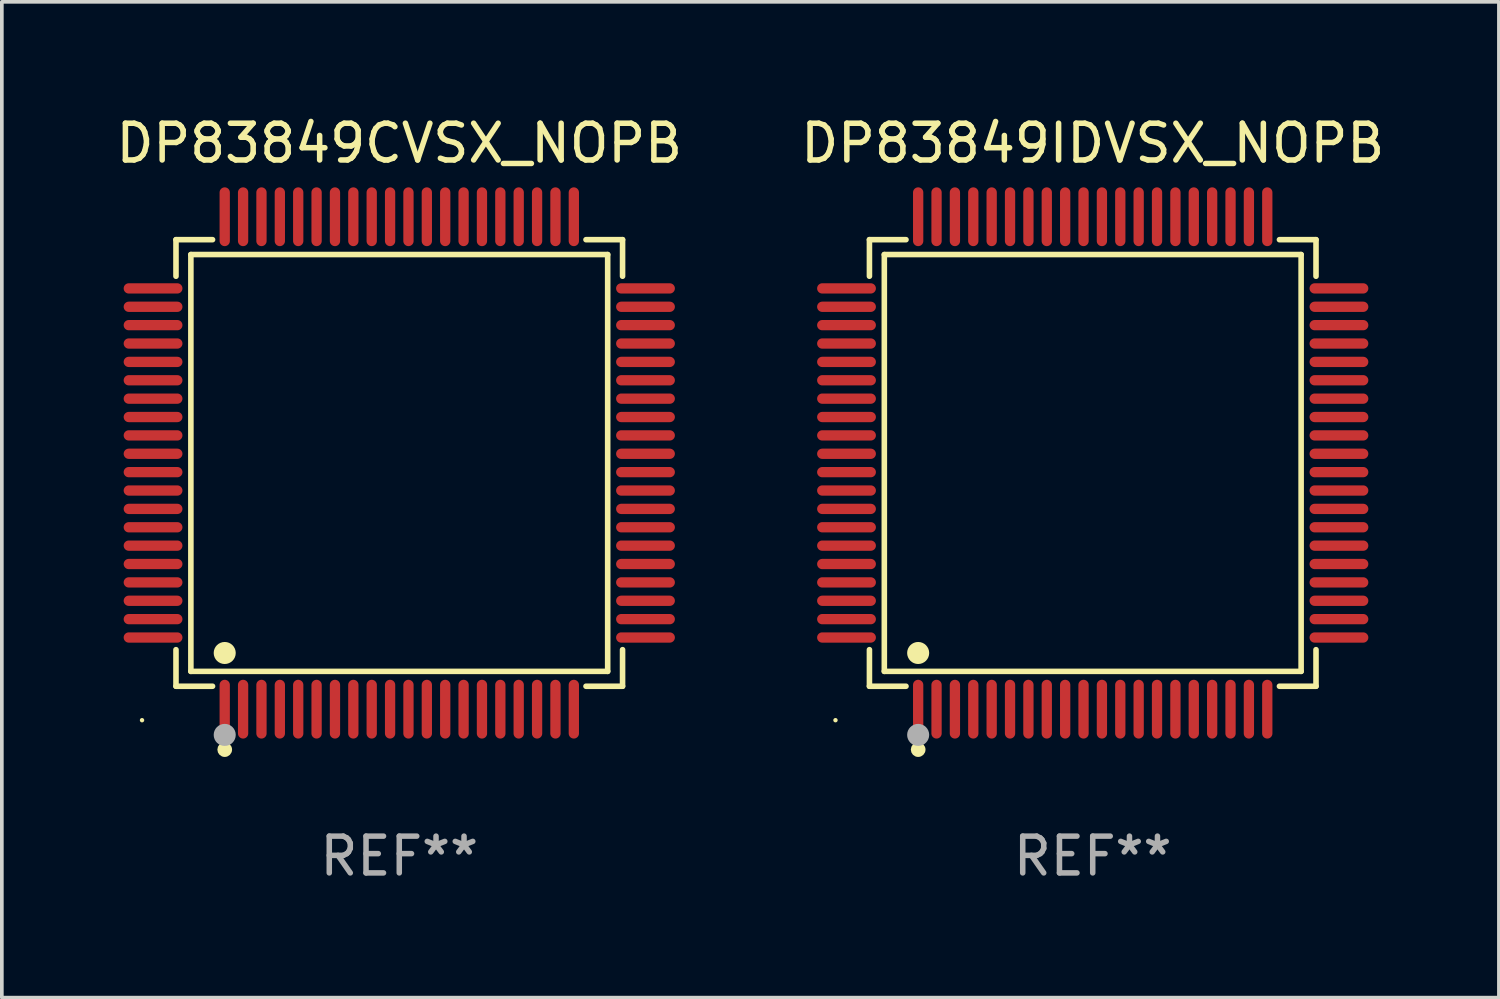
<source format=kicad_pcb>
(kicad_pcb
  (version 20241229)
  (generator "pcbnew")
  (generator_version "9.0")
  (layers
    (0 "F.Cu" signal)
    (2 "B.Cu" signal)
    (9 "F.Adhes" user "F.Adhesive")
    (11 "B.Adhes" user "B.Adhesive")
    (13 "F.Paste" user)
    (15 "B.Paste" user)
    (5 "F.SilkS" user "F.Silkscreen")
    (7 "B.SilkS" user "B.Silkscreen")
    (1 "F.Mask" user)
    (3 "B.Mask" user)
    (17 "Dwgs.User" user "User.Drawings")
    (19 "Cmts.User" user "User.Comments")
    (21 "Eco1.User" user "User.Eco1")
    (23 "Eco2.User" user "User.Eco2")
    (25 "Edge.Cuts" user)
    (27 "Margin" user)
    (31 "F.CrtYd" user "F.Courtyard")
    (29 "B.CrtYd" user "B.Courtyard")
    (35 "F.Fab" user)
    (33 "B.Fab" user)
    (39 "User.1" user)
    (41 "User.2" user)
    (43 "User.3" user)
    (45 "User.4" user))
  (footprint "DP83849IDVSX_NOPB"
    (layer "F.Cu")
    (at 26.685 9.548)
    (property "Reference" "DP83849IDVSX_NOPB" (at 0 -8.7 0) (layer "F.SilkS") (effects (font (size 1 1) (thickness 0.15))))
    (attr through_hole)
    (fp_line (start -6.076 -6.076) (end -5.081 -6.076) (stroke (width 0.152) (type solid)) (layer "F.SilkS"))
    (fp_line (start -6.076 -5.081) (end -6.076 -6.076) (stroke (width 0.152) (type solid)) (layer "F.SilkS"))
    (fp_line (start -6.076 5.081) (end -6.076 6.076) (stroke (width 0.152) (type solid)) (layer "F.SilkS"))
    (fp_line (start -6.076 6.076) (end -5.081 6.076) (stroke (width 0.152) (type solid)) (layer "F.SilkS"))
    (fp_line (start -5.671 -5.671) (end 5.671 -5.671) (stroke (width 0.152) (type solid)) (layer "F.SilkS"))
    (fp_line (start -5.671 5.671) (end -5.671 -5.671) (stroke (width 0.152) (type solid)) (layer "F.SilkS"))
    (fp_line (start 5.671 -5.671) (end 5.671 5.671) (stroke (width 0.152) (type solid)) (layer "F.SilkS"))
    (fp_line (start 5.671 5.671) (end -5.671 5.671) (stroke (width 0.152) (type solid)) (layer "F.SilkS"))
    (fp_line (start 6.076 -6.076) (end 5.081 -6.076) (stroke (width 0.152) (type solid)) (layer "F.SilkS"))
    (fp_line (start 6.076 -5.081) (end 6.076 -6.076) (stroke (width 0.152) (type solid)) (layer "F.SilkS"))
    (fp_line (start 6.076 5.081) (end 6.076 6.076) (stroke (width 0.152) (type solid)) (layer "F.SilkS"))
    (fp_line (start 6.076 6.076) (end 5.081 6.076) (stroke (width 0.152) (type solid)) (layer "F.SilkS"))
    (fp_circle (center -7 7) (end -6.97 7) (stroke (width 0.06) (type solid)) (fill no) (layer "F.SilkS"))
    (fp_circle (center -4.75 5.171) (end -4.6 5.171) (stroke (width 0.3) (type solid)) (fill no) (layer "F.SilkS"))
    (fp_circle (center -4.75 7.8) (end -4.65 7.8) (stroke (width 0.2) (type solid)) (fill no) (layer "F.SilkS"))
    (fp_circle (center -4.75 7.4) (end -4.6 7.4) (stroke (width 0.3) (type solid)) (fill no) (layer "F.Fab"))
    (fp_text user "REF**" (at 0 10.7 0) (layer "F.Fab") (effects (font (size 1 1) (thickness 0.15))))
    (pad "1" smd oval (at -4.75 6.7) (size 0.28 1.6) (layers "F.Cu" "F.Mask" "F.Paste"))
    (pad "2" smd oval (at -4.25 6.7) (size 0.28 1.6) (layers "F.Cu" "F.Mask" "F.Paste"))
    (pad "3" smd oval (at -3.75 6.7) (size 0.28 1.6) (layers "F.Cu" "F.Mask" "F.Paste"))
    (pad "4" smd oval (at -3.25 6.7) (size 0.28 1.6) (layers "F.Cu" "F.Mask" "F.Paste"))
    (pad "5" smd oval (at -2.75 6.7) (size 0.28 1.6) (layers "F.Cu" "F.Mask" "F.Paste"))
    (pad "6" smd oval (at -2.25 6.7) (size 0.28 1.6) (layers "F.Cu" "F.Mask" "F.Paste"))
    (pad "7" smd oval (at -1.75 6.7) (size 0.28 1.6) (layers "F.Cu" "F.Mask" "F.Paste"))
    (pad "8" smd oval (at -1.25 6.7) (size 0.28 1.6) (layers "F.Cu" "F.Mask" "F.Paste"))
    (pad "9" smd oval (at -0.75 6.7) (size 0.28 1.6) (layers "F.Cu" "F.Mask" "F.Paste"))
    (pad "10" smd oval (at -0.25 6.7) (size 0.28 1.6) (layers "F.Cu" "F.Mask" "F.Paste"))
    (pad "11" smd oval (at 0.25 6.7) (size 0.28 1.6) (layers "F.Cu" "F.Mask" "F.Paste"))
    (pad "12" smd oval (at 0.75 6.7) (size 0.28 1.6) (layers "F.Cu" "F.Mask" "F.Paste"))
    (pad "13" smd oval (at 1.25 6.7) (size 0.28 1.6) (layers "F.Cu" "F.Mask" "F.Paste"))
    (pad "14" smd oval (at 1.75 6.7) (size 0.28 1.6) (layers "F.Cu" "F.Mask" "F.Paste"))
    (pad "15" smd oval (at 2.25 6.7) (size 0.28 1.6) (layers "F.Cu" "F.Mask" "F.Paste"))
    (pad "16" smd oval (at 2.75 6.7) (size 0.28 1.6) (layers "F.Cu" "F.Mask" "F.Paste"))
    (pad "17" smd oval (at 3.25 6.7) (size 0.28 1.6) (layers "F.Cu" "F.Mask" "F.Paste"))
    (pad "18" smd oval (at 3.75 6.7) (size 0.28 1.6) (layers "F.Cu" "F.Mask" "F.Paste"))
    (pad "19" smd oval (at 4.25 6.7) (size 0.28 1.6) (layers "F.Cu" "F.Mask" "F.Paste"))
    (pad "20" smd oval (at 4.75 6.7) (size 0.28 1.6) (layers "F.Cu" "F.Mask" "F.Paste"))
    (pad "21" smd oval (at 6.7 4.75) (size 1.6 0.28) (layers "F.Cu" "F.Mask" "F.Paste"))
    (pad "22" smd oval (at 6.7 4.25) (size 1.6 0.28) (layers "F.Cu" "F.Mask" "F.Paste"))
    (pad "23" smd oval (at 6.7 3.75) (size 1.6 0.28) (layers "F.Cu" "F.Mask" "F.Paste"))
    (pad "24" smd oval (at 6.7 3.25) (size 1.6 0.28) (layers "F.Cu" "F.Mask" "F.Paste"))
    (pad "25" smd oval (at 6.7 2.75) (size 1.6 0.28) (layers "F.Cu" "F.Mask" "F.Paste"))
    (pad "26" smd oval (at 6.7 2.25) (size 1.6 0.28) (layers "F.Cu" "F.Mask" "F.Paste"))
    (pad "27" smd oval (at 6.7 1.75) (size 1.6 0.28) (layers "F.Cu" "F.Mask" "F.Paste"))
    (pad "28" smd oval (at 6.7 1.25) (size 1.6 0.28) (layers "F.Cu" "F.Mask" "F.Paste"))
    (pad "29" smd oval (at 6.7 0.75) (size 1.6 0.28) (layers "F.Cu" "F.Mask" "F.Paste"))
    (pad "30" smd oval (at 6.7 0.25) (size 1.6 0.28) (layers "F.Cu" "F.Mask" "F.Paste"))
    (pad "31" smd oval (at 6.7 -0.25) (size 1.6 0.28) (layers "F.Cu" "F.Mask" "F.Paste"))
    (pad "32" smd oval (at 6.7 -0.75) (size 1.6 0.28) (layers "F.Cu" "F.Mask" "F.Paste"))
    (pad "33" smd oval (at 6.7 -1.25) (size 1.6 0.28) (layers "F.Cu" "F.Mask" "F.Paste"))
    (pad "34" smd oval (at 6.7 -1.75) (size 1.6 0.28) (layers "F.Cu" "F.Mask" "F.Paste"))
    (pad "35" smd oval (at 6.7 -2.25) (size 1.6 0.28) (layers "F.Cu" "F.Mask" "F.Paste"))
    (pad "36" smd oval (at 6.7 -2.75) (size 1.6 0.28) (layers "F.Cu" "F.Mask" "F.Paste"))
    (pad "37" smd oval (at 6.7 -3.25) (size 1.6 0.28) (layers "F.Cu" "F.Mask" "F.Paste"))
    (pad "38" smd oval (at 6.7 -3.75) (size 1.6 0.28) (layers "F.Cu" "F.Mask" "F.Paste"))
    (pad "39" smd oval (at 6.7 -4.25) (size 1.6 0.28) (layers "F.Cu" "F.Mask" "F.Paste"))
    (pad "40" smd oval (at 6.7 -4.75) (size 1.6 0.28) (layers "F.Cu" "F.Mask" "F.Paste"))
    (pad "41" smd oval (at 4.75 -6.7) (size 0.28 1.6) (layers "F.Cu" "F.Mask" "F.Paste"))
    (pad "42" smd oval (at 4.25 -6.7) (size 0.28 1.6) (layers "F.Cu" "F.Mask" "F.Paste"))
    (pad "43" smd oval (at 3.75 -6.7) (size 0.28 1.6) (layers "F.Cu" "F.Mask" "F.Paste"))
    (pad "44" smd oval (at 3.25 -6.7) (size 0.28 1.6) (layers "F.Cu" "F.Mask" "F.Paste"))
    (pad "45" smd oval (at 2.75 -6.7) (size 0.28 1.6) (layers "F.Cu" "F.Mask" "F.Paste"))
    (pad "46" smd oval (at 2.25 -6.7) (size 0.28 1.6) (layers "F.Cu" "F.Mask" "F.Paste"))
    (pad "47" smd oval (at 1.75 -6.7) (size 0.28 1.6) (layers "F.Cu" "F.Mask" "F.Paste"))
    (pad "48" smd oval (at 1.25 -6.7) (size 0.28 1.6) (layers "F.Cu" "F.Mask" "F.Paste"))
    (pad "49" smd oval (at 0.75 -6.7) (size 0.28 1.6) (layers "F.Cu" "F.Mask" "F.Paste"))
    (pad "50" smd oval (at 0.25 -6.7) (size 0.28 1.6) (layers "F.Cu" "F.Mask" "F.Paste"))
    (pad "51" smd oval (at -0.25 -6.7) (size 0.28 1.6) (layers "F.Cu" "F.Mask" "F.Paste"))
    (pad "52" smd oval (at -0.75 -6.7) (size 0.28 1.6) (layers "F.Cu" "F.Mask" "F.Paste"))
    (pad "53" smd oval (at -1.25 -6.7) (size 0.28 1.6) (layers "F.Cu" "F.Mask" "F.Paste"))
    (pad "54" smd oval (at -1.75 -6.7) (size 0.28 1.6) (layers "F.Cu" "F.Mask" "F.Paste"))
    (pad "55" smd oval (at -2.25 -6.7) (size 0.28 1.6) (layers "F.Cu" "F.Mask" "F.Paste"))
    (pad "56" smd oval (at -2.75 -6.7) (size 0.28 1.6) (layers "F.Cu" "F.Mask" "F.Paste"))
    (pad "57" smd oval (at -3.25 -6.7) (size 0.28 1.6) (layers "F.Cu" "F.Mask" "F.Paste"))
    (pad "58" smd oval (at -3.75 -6.7) (size 0.28 1.6) (layers "F.Cu" "F.Mask" "F.Paste"))
    (pad "59" smd oval (at -4.25 -6.7) (size 0.28 1.6) (layers "F.Cu" "F.Mask" "F.Paste"))
    (pad "60" smd oval (at -4.75 -6.7) (size 0.28 1.6) (layers "F.Cu" "F.Mask" "F.Paste"))
    (pad "61" smd oval (at -6.7 -4.75) (size 1.6 0.28) (layers "F.Cu" "F.Mask" "F.Paste"))
    (pad "62" smd oval (at -6.7 -4.25) (size 1.6 0.28) (layers "F.Cu" "F.Mask" "F.Paste"))
    (pad "63" smd oval (at -6.7 -3.75) (size 1.6 0.28) (layers "F.Cu" "F.Mask" "F.Paste"))
    (pad "64" smd oval (at -6.7 -3.25) (size 1.6 0.28) (layers "F.Cu" "F.Mask" "F.Paste"))
    (pad "65" smd oval (at -6.7 -2.75) (size 1.6 0.28) (layers "F.Cu" "F.Mask" "F.Paste"))
    (pad "66" smd oval (at -6.7 -2.25) (size 1.6 0.28) (layers "F.Cu" "F.Mask" "F.Paste"))
    (pad "67" smd oval (at -6.7 -1.75) (size 1.6 0.28) (layers "F.Cu" "F.Mask" "F.Paste"))
    (pad "68" smd oval (at -6.7 -1.25) (size 1.6 0.28) (layers "F.Cu" "F.Mask" "F.Paste"))
    (pad "69" smd oval (at -6.7 -0.75) (size 1.6 0.28) (layers "F.Cu" "F.Mask" "F.Paste"))
    (pad "70" smd oval (at -6.7 -0.25) (size 1.6 0.28) (layers "F.Cu" "F.Mask" "F.Paste"))
    (pad "71" smd oval (at -6.7 0.25) (size 1.6 0.28) (layers "F.Cu" "F.Mask" "F.Paste"))
    (pad "72" smd oval (at -6.7 0.75) (size 1.6 0.28) (layers "F.Cu" "F.Mask" "F.Paste"))
    (pad "73" smd oval (at -6.7 1.25) (size 1.6 0.28) (layers "F.Cu" "F.Mask" "F.Paste"))
    (pad "74" smd oval (at -6.7 1.75) (size 1.6 0.28) (layers "F.Cu" "F.Mask" "F.Paste"))
    (pad "75" smd oval (at -6.7 2.25) (size 1.6 0.28) (layers "F.Cu" "F.Mask" "F.Paste"))
    (pad "76" smd oval (at -6.7 2.75) (size 1.6 0.28) (layers "F.Cu" "F.Mask" "F.Paste"))
    (pad "77" smd oval (at -6.7 3.25) (size 1.6 0.28) (layers "F.Cu" "F.Mask" "F.Paste"))
    (pad "78" smd oval (at -6.7 3.75) (size 1.6 0.28) (layers "F.Cu" "F.Mask" "F.Paste"))
    (pad "79" smd oval (at -6.7 4.25) (size 1.6 0.28) (layers "F.Cu" "F.Mask" "F.Paste"))
    (pad "80" smd oval (at -6.7 4.75) (size 1.6 0.28) (layers "F.Cu" "F.Mask" "F.Paste")))
  (footprint "DP83849CVSX_NOPB"
    (layer "F.Cu")
    (at 7.815 9.548)
    (property "Reference" "DP83849CVSX_NOPB" (at 0 -8.7 0) (layer "F.SilkS") (effects (font (size 1 1) (thickness 0.15))))
    (attr through_hole)
    (fp_line (start -6.076 -6.076) (end -5.081 -6.076) (stroke (width 0.152) (type solid)) (layer "F.SilkS"))
    (fp_line (start -6.076 -5.081) (end -6.076 -6.076) (stroke (width 0.152) (type solid)) (layer "F.SilkS"))
    (fp_line (start -6.076 5.081) (end -6.076 6.076) (stroke (width 0.152) (type solid)) (layer "F.SilkS"))
    (fp_line (start -6.076 6.076) (end -5.081 6.076) (stroke (width 0.152) (type solid)) (layer "F.SilkS"))
    (fp_line (start -5.671 -5.671) (end 5.671 -5.671) (stroke (width 0.152) (type solid)) (layer "F.SilkS"))
    (fp_line (start -5.671 5.671) (end -5.671 -5.671) (stroke (width 0.152) (type solid)) (layer "F.SilkS"))
    (fp_line (start 5.671 -5.671) (end 5.671 5.671) (stroke (width 0.152) (type solid)) (layer "F.SilkS"))
    (fp_line (start 5.671 5.671) (end -5.671 5.671) (stroke (width 0.152) (type solid)) (layer "F.SilkS"))
    (fp_line (start 6.076 -6.076) (end 5.081 -6.076) (stroke (width 0.152) (type solid)) (layer "F.SilkS"))
    (fp_line (start 6.076 -5.081) (end 6.076 -6.076) (stroke (width 0.152) (type solid)) (layer "F.SilkS"))
    (fp_line (start 6.076 5.081) (end 6.076 6.076) (stroke (width 0.152) (type solid)) (layer "F.SilkS"))
    (fp_line (start 6.076 6.076) (end 5.081 6.076) (stroke (width 0.152) (type solid)) (layer "F.SilkS"))
    (fp_circle (center -7 7) (end -6.97 7) (stroke (width 0.06) (type solid)) (fill no) (layer "F.SilkS"))
    (fp_circle (center -4.75 5.171) (end -4.6 5.171) (stroke (width 0.3) (type solid)) (fill no) (layer "F.SilkS"))
    (fp_circle (center -4.75 7.8) (end -4.65 7.8) (stroke (width 0.2) (type solid)) (fill no) (layer "F.SilkS"))
    (fp_circle (center -4.75 7.4) (end -4.6 7.4) (stroke (width 0.3) (type solid)) (fill no) (layer "F.Fab"))
    (fp_text user "REF**" (at 0 10.7 0) (layer "F.Fab") (effects (font (size 1 1) (thickness 0.15))))
    (pad "1" smd oval (at -4.75 6.7) (size 0.28 1.6) (layers "F.Cu" "F.Mask" "F.Paste"))
    (pad "2" smd oval (at -4.25 6.7) (size 0.28 1.6) (layers "F.Cu" "F.Mask" "F.Paste"))
    (pad "3" smd oval (at -3.75 6.7) (size 0.28 1.6) (layers "F.Cu" "F.Mask" "F.Paste"))
    (pad "4" smd oval (at -3.25 6.7) (size 0.28 1.6) (layers "F.Cu" "F.Mask" "F.Paste"))
    (pad "5" smd oval (at -2.75 6.7) (size 0.28 1.6) (layers "F.Cu" "F.Mask" "F.Paste"))
    (pad "6" smd oval (at -2.25 6.7) (size 0.28 1.6) (layers "F.Cu" "F.Mask" "F.Paste"))
    (pad "7" smd oval (at -1.75 6.7) (size 0.28 1.6) (layers "F.Cu" "F.Mask" "F.Paste"))
    (pad "8" smd oval (at -1.25 6.7) (size 0.28 1.6) (layers "F.Cu" "F.Mask" "F.Paste"))
    (pad "9" smd oval (at -0.75 6.7) (size 0.28 1.6) (layers "F.Cu" "F.Mask" "F.Paste"))
    (pad "10" smd oval (at -0.25 6.7) (size 0.28 1.6) (layers "F.Cu" "F.Mask" "F.Paste"))
    (pad "11" smd oval (at 0.25 6.7) (size 0.28 1.6) (layers "F.Cu" "F.Mask" "F.Paste"))
    (pad "12" smd oval (at 0.75 6.7) (size 0.28 1.6) (layers "F.Cu" "F.Mask" "F.Paste"))
    (pad "13" smd oval (at 1.25 6.7) (size 0.28 1.6) (layers "F.Cu" "F.Mask" "F.Paste"))
    (pad "14" smd oval (at 1.75 6.7) (size 0.28 1.6) (layers "F.Cu" "F.Mask" "F.Paste"))
    (pad "15" smd oval (at 2.25 6.7) (size 0.28 1.6) (layers "F.Cu" "F.Mask" "F.Paste"))
    (pad "16" smd oval (at 2.75 6.7) (size 0.28 1.6) (layers "F.Cu" "F.Mask" "F.Paste"))
    (pad "17" smd oval (at 3.25 6.7) (size 0.28 1.6) (layers "F.Cu" "F.Mask" "F.Paste"))
    (pad "18" smd oval (at 3.75 6.7) (size 0.28 1.6) (layers "F.Cu" "F.Mask" "F.Paste"))
    (pad "19" smd oval (at 4.25 6.7) (size 0.28 1.6) (layers "F.Cu" "F.Mask" "F.Paste"))
    (pad "20" smd oval (at 4.75 6.7) (size 0.28 1.6) (layers "F.Cu" "F.Mask" "F.Paste"))
    (pad "21" smd oval (at 6.7 4.75) (size 1.6 0.28) (layers "F.Cu" "F.Mask" "F.Paste"))
    (pad "22" smd oval (at 6.7 4.25) (size 1.6 0.28) (layers "F.Cu" "F.Mask" "F.Paste"))
    (pad "23" smd oval (at 6.7 3.75) (size 1.6 0.28) (layers "F.Cu" "F.Mask" "F.Paste"))
    (pad "24" smd oval (at 6.7 3.25) (size 1.6 0.28) (layers "F.Cu" "F.Mask" "F.Paste"))
    (pad "25" smd oval (at 6.7 2.75) (size 1.6 0.28) (layers "F.Cu" "F.Mask" "F.Paste"))
    (pad "26" smd oval (at 6.7 2.25) (size 1.6 0.28) (layers "F.Cu" "F.Mask" "F.Paste"))
    (pad "27" smd oval (at 6.7 1.75) (size 1.6 0.28) (layers "F.Cu" "F.Mask" "F.Paste"))
    (pad "28" smd oval (at 6.7 1.25) (size 1.6 0.28) (layers "F.Cu" "F.Mask" "F.Paste"))
    (pad "29" smd oval (at 6.7 0.75) (size 1.6 0.28) (layers "F.Cu" "F.Mask" "F.Paste"))
    (pad "30" smd oval (at 6.7 0.25) (size 1.6 0.28) (layers "F.Cu" "F.Mask" "F.Paste"))
    (pad "31" smd oval (at 6.7 -0.25) (size 1.6 0.28) (layers "F.Cu" "F.Mask" "F.Paste"))
    (pad "32" smd oval (at 6.7 -0.75) (size 1.6 0.28) (layers "F.Cu" "F.Mask" "F.Paste"))
    (pad "33" smd oval (at 6.7 -1.25) (size 1.6 0.28) (layers "F.Cu" "F.Mask" "F.Paste"))
    (pad "34" smd oval (at 6.7 -1.75) (size 1.6 0.28) (layers "F.Cu" "F.Mask" "F.Paste"))
    (pad "35" smd oval (at 6.7 -2.25) (size 1.6 0.28) (layers "F.Cu" "F.Mask" "F.Paste"))
    (pad "36" smd oval (at 6.7 -2.75) (size 1.6 0.28) (layers "F.Cu" "F.Mask" "F.Paste"))
    (pad "37" smd oval (at 6.7 -3.25) (size 1.6 0.28) (layers "F.Cu" "F.Mask" "F.Paste"))
    (pad "38" smd oval (at 6.7 -3.75) (size 1.6 0.28) (layers "F.Cu" "F.Mask" "F.Paste"))
    (pad "39" smd oval (at 6.7 -4.25) (size 1.6 0.28) (layers "F.Cu" "F.Mask" "F.Paste"))
    (pad "40" smd oval (at 6.7 -4.75) (size 1.6 0.28) (layers "F.Cu" "F.Mask" "F.Paste"))
    (pad "41" smd oval (at 4.75 -6.7) (size 0.28 1.6) (layers "F.Cu" "F.Mask" "F.Paste"))
    (pad "42" smd oval (at 4.25 -6.7) (size 0.28 1.6) (layers "F.Cu" "F.Mask" "F.Paste"))
    (pad "43" smd oval (at 3.75 -6.7) (size 0.28 1.6) (layers "F.Cu" "F.Mask" "F.Paste"))
    (pad "44" smd oval (at 3.25 -6.7) (size 0.28 1.6) (layers "F.Cu" "F.Mask" "F.Paste"))
    (pad "45" smd oval (at 2.75 -6.7) (size 0.28 1.6) (layers "F.Cu" "F.Mask" "F.Paste"))
    (pad "46" smd oval (at 2.25 -6.7) (size 0.28 1.6) (layers "F.Cu" "F.Mask" "F.Paste"))
    (pad "47" smd oval (at 1.75 -6.7) (size 0.28 1.6) (layers "F.Cu" "F.Mask" "F.Paste"))
    (pad "48" smd oval (at 1.25 -6.7) (size 0.28 1.6) (layers "F.Cu" "F.Mask" "F.Paste"))
    (pad "49" smd oval (at 0.75 -6.7) (size 0.28 1.6) (layers "F.Cu" "F.Mask" "F.Paste"))
    (pad "50" smd oval (at 0.25 -6.7) (size 0.28 1.6) (layers "F.Cu" "F.Mask" "F.Paste"))
    (pad "51" smd oval (at -0.25 -6.7) (size 0.28 1.6) (layers "F.Cu" "F.Mask" "F.Paste"))
    (pad "52" smd oval (at -0.75 -6.7) (size 0.28 1.6) (layers "F.Cu" "F.Mask" "F.Paste"))
    (pad "53" smd oval (at -1.25 -6.7) (size 0.28 1.6) (layers "F.Cu" "F.Mask" "F.Paste"))
    (pad "54" smd oval (at -1.75 -6.7) (size 0.28 1.6) (layers "F.Cu" "F.Mask" "F.Paste"))
    (pad "55" smd oval (at -2.25 -6.7) (size 0.28 1.6) (layers "F.Cu" "F.Mask" "F.Paste"))
    (pad "56" smd oval (at -2.75 -6.7) (size 0.28 1.6) (layers "F.Cu" "F.Mask" "F.Paste"))
    (pad "57" smd oval (at -3.25 -6.7) (size 0.28 1.6) (layers "F.Cu" "F.Mask" "F.Paste"))
    (pad "58" smd oval (at -3.75 -6.7) (size 0.28 1.6) (layers "F.Cu" "F.Mask" "F.Paste"))
    (pad "59" smd oval (at -4.25 -6.7) (size 0.28 1.6) (layers "F.Cu" "F.Mask" "F.Paste"))
    (pad "60" smd oval (at -4.75 -6.7) (size 0.28 1.6) (layers "F.Cu" "F.Mask" "F.Paste"))
    (pad "61" smd oval (at -6.7 -4.75) (size 1.6 0.28) (layers "F.Cu" "F.Mask" "F.Paste"))
    (pad "62" smd oval (at -6.7 -4.25) (size 1.6 0.28) (layers "F.Cu" "F.Mask" "F.Paste"))
    (pad "63" smd oval (at -6.7 -3.75) (size 1.6 0.28) (layers "F.Cu" "F.Mask" "F.Paste"))
    (pad "64" smd oval (at -6.7 -3.25) (size 1.6 0.28) (layers "F.Cu" "F.Mask" "F.Paste"))
    (pad "65" smd oval (at -6.7 -2.75) (size 1.6 0.28) (layers "F.Cu" "F.Mask" "F.Paste"))
    (pad "66" smd oval (at -6.7 -2.25) (size 1.6 0.28) (layers "F.Cu" "F.Mask" "F.Paste"))
    (pad "67" smd oval (at -6.7 -1.75) (size 1.6 0.28) (layers "F.Cu" "F.Mask" "F.Paste"))
    (pad "68" smd oval (at -6.7 -1.25) (size 1.6 0.28) (layers "F.Cu" "F.Mask" "F.Paste"))
    (pad "69" smd oval (at -6.7 -0.75) (size 1.6 0.28) (layers "F.Cu" "F.Mask" "F.Paste"))
    (pad "70" smd oval (at -6.7 -0.25) (size 1.6 0.28) (layers "F.Cu" "F.Mask" "F.Paste"))
    (pad "71" smd oval (at -6.7 0.25) (size 1.6 0.28) (layers "F.Cu" "F.Mask" "F.Paste"))
    (pad "72" smd oval (at -6.7 0.75) (size 1.6 0.28) (layers "F.Cu" "F.Mask" "F.Paste"))
    (pad "73" smd oval (at -6.7 1.25) (size 1.6 0.28) (layers "F.Cu" "F.Mask" "F.Paste"))
    (pad "74" smd oval (at -6.7 1.75) (size 1.6 0.28) (layers "F.Cu" "F.Mask" "F.Paste"))
    (pad "75" smd oval (at -6.7 2.25) (size 1.6 0.28) (layers "F.Cu" "F.Mask" "F.Paste"))
    (pad "76" smd oval (at -6.7 2.75) (size 1.6 0.28) (layers "F.Cu" "F.Mask" "F.Paste"))
    (pad "77" smd oval (at -6.7 3.25) (size 1.6 0.28) (layers "F.Cu" "F.Mask" "F.Paste"))
    (pad "78" smd oval (at -6.7 3.75) (size 1.6 0.28) (layers "F.Cu" "F.Mask" "F.Paste"))
    (pad "79" smd oval (at -6.7 4.25) (size 1.6 0.28) (layers "F.Cu" "F.Mask" "F.Paste"))
    (pad "80" smd oval (at -6.7 4.75) (size 1.6 0.28) (layers "F.Cu" "F.Mask" "F.Paste")))
  (gr_rect
    (start -3 -3)
    (end 37.738 24.097)
    (stroke (width 0.1) (type default))
    (fill no)
    (layer "Edge.Cuts")))
</source>
